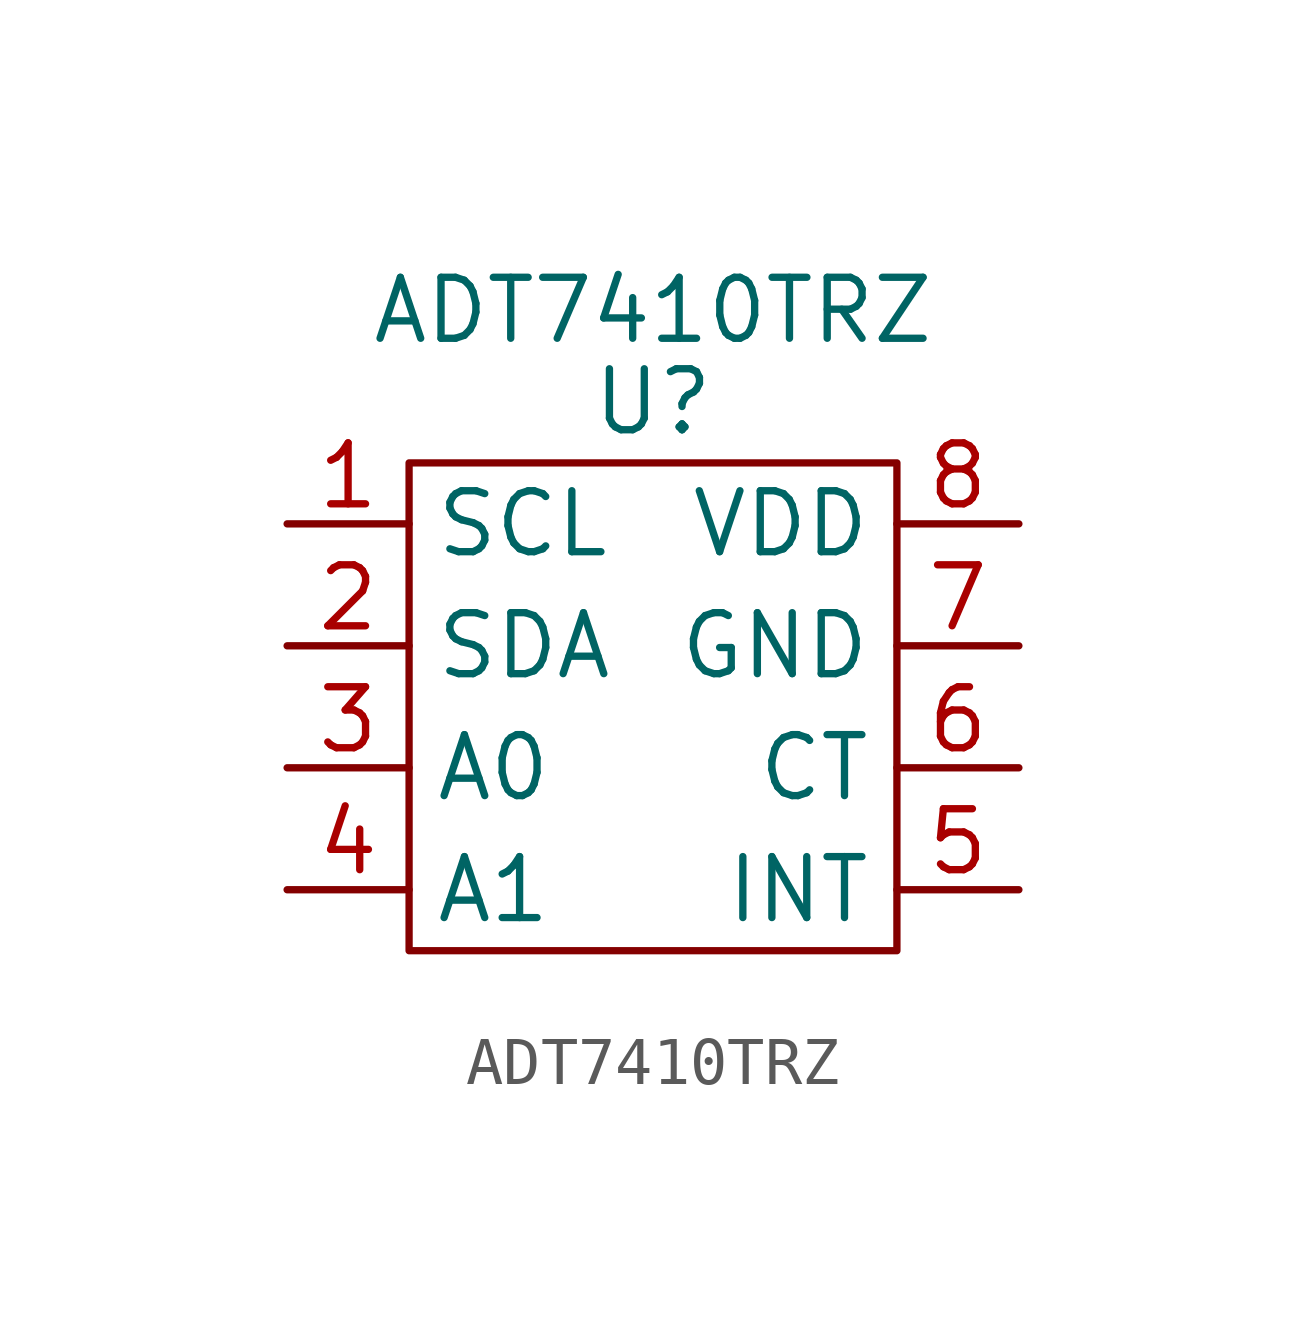
<source format=kicad_sym>
(kicad_symbol_lib
  (version 20211014)
  (generator kicad_symbol_editor)
  (symbol "ADT7410TRZ"
    (property "Reference" "U"
      (at 0 6.35 0)
      (effects (font (size 1.27 1.27))))
    (property "Value" "ADT7410TRZ"
      (at 0 8.255 0)
      (effects (font (size 1.27 1.27))))
    (symbol "ADT7410TRZ_0_1"
      (rectangle (start -5.08 5.08) (end 5.08 -5.08) (stroke (width 0.152) (type default) (color 0 0 0 0)) (fill (type none))))
    (symbol "ADT7410TRZ_1_1"
      (pin bidirectional line (at -7.62 3.81 0) (length 2.54) (name "SCL" (effects (font (size 1.27 1.27)))) (number "1" (effects (font (size 1.27 1.27)))))
      (pin bidirectional line (at -7.62 1.27 0) (length 2.54) (name "SDA" (effects (font (size 1.27 1.27)))) (number "2" (effects (font (size 1.27 1.27)))))
      (pin input line (at -7.62 -1.27 0) (length 2.54) (name "A0" (effects (font (size 1.27 1.27)))) (number "3" (effects (font (size 1.27 1.27)))))
      (pin input line (at -7.62 -3.81 0) (length 2.54) (name "A1" (effects (font (size 1.27 1.27)))) (number "4" (effects (font (size 1.27 1.27)))))
      (pin output line (at 7.62 -3.81 180) (length 2.54) (name "INT" (effects (font (size 1.27 1.27)))) (number "5" (effects (font (size 1.27 1.27)))))
      (pin output line (at 7.62 -1.27 180) (length 2.54) (name "CT" (effects (font (size 1.27 1.27)))) (number "6" (effects (font (size 1.27 1.27)))))
      (pin power_in line (at 7.62 1.27 180) (length 2.54) (name "GND" (effects (font (size 1.27 1.27)))) (number "7" (effects (font (size 1.27 1.27)))))
      (pin power_in line (at 7.62 3.81 180) (length 2.54) (name "VDD" (effects (font (size 1.27 1.27)))) (number "8" (effects (font (size 1.27 1.27))))))))
</source>
